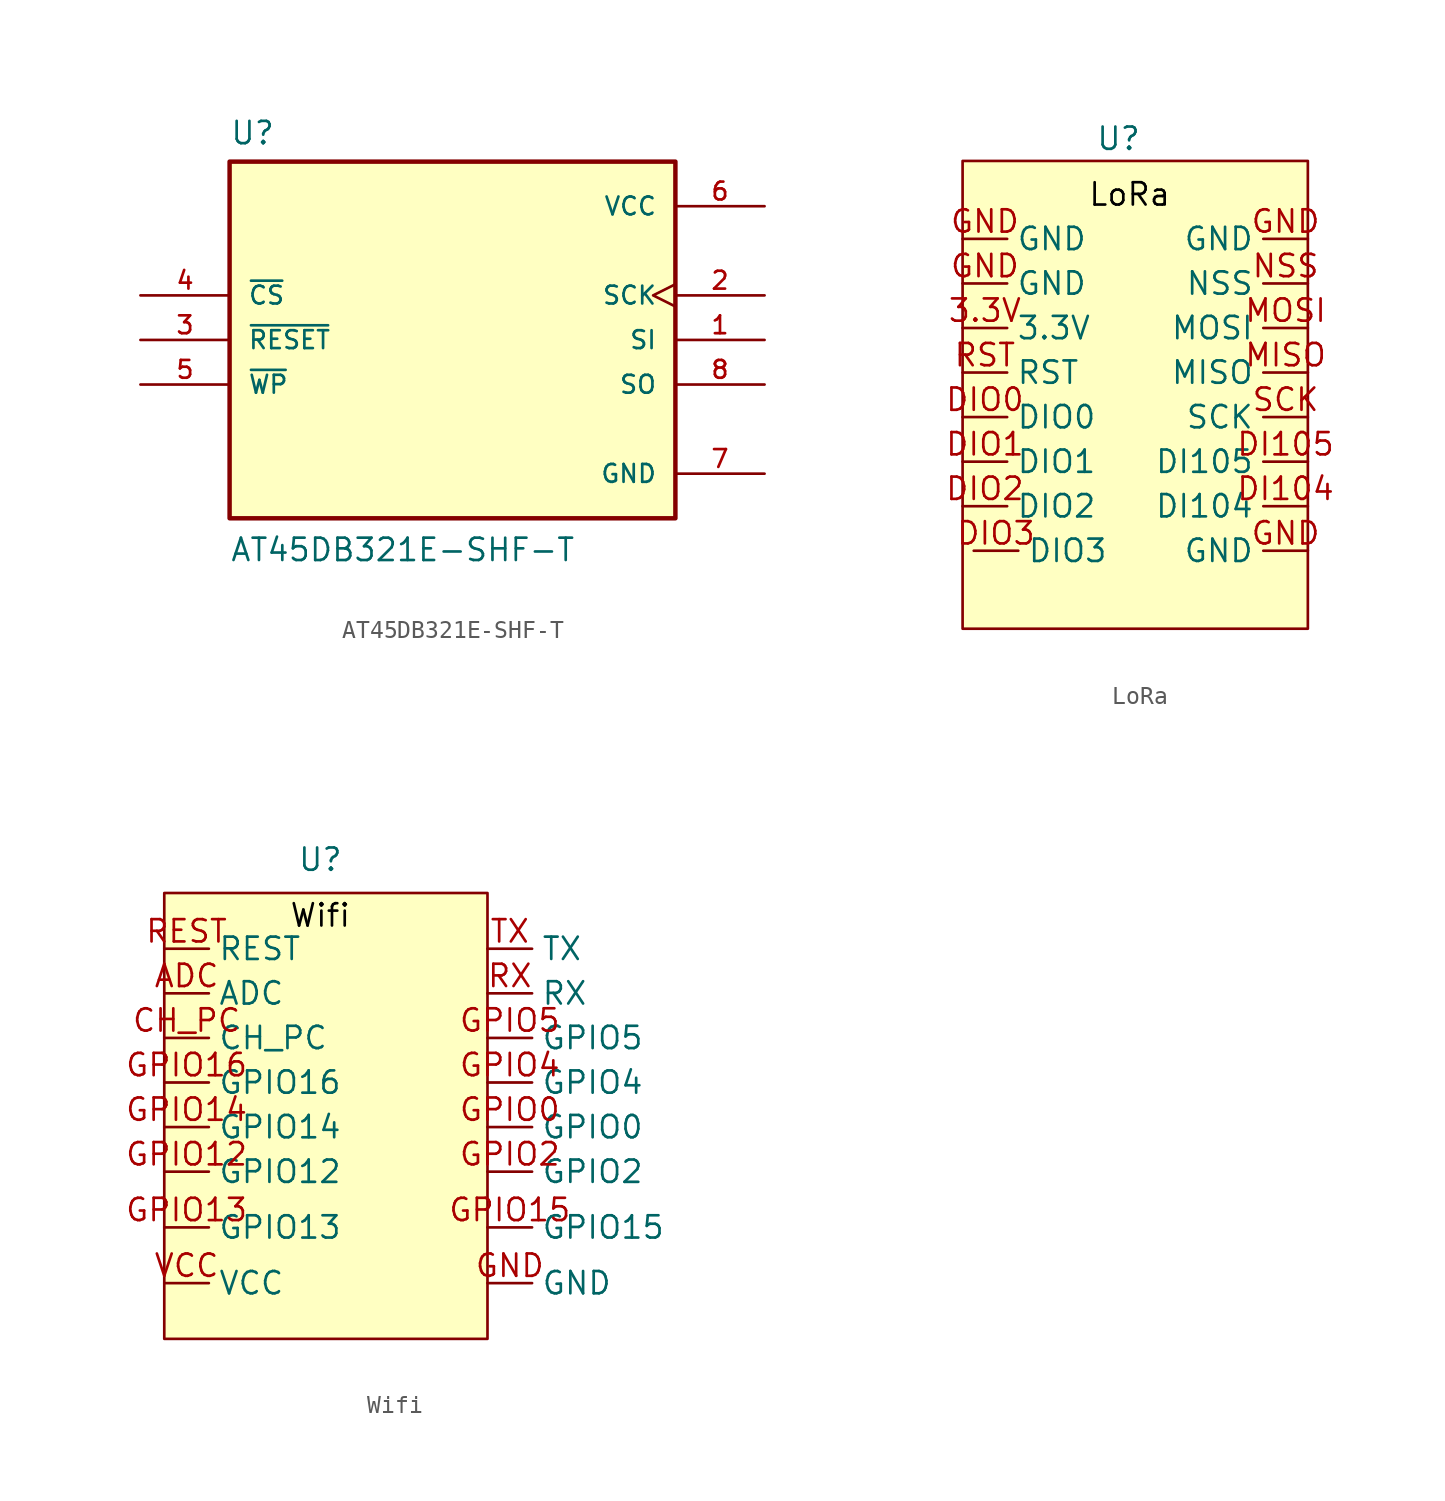
<source format=kicad_sym>
(kicad_symbol_lib
  (version 20220914)
  (generator kicad_symbol_editor)
  (symbol "AT45DB321E-SHF-T"
    (pin_names
      (offset 1.016))
    (property "Reference" "U"
      (at -12.7 11.049 0)
      (effects (font (size 1.27 1.27)) (justify left bottom)))
    (property "Value" "AT45DB321E-SHF-T"
      (at -12.7 -12.7 0)
      (effects (font (size 1.27 1.27)) (justify left bottom)))
    (symbol "AT45DB321E-SHF-T_0_0"
      (rectangle (start -12.7 -10.16) (end 12.7 10.16) (stroke (width 0.254) (type default)) (fill (type background)))
      (pin input line (at 17.78 0 180) (length 5.08) (name "SI" (effects (font (size 1.016 1.016)))) (number "1" (effects (font (size 1.016 1.016)))))
      (pin input clock (at 17.78 2.54 180) (length 5.08) (name "SCK" (effects (font (size 1.016 1.016)))) (number "2" (effects (font (size 1.016 1.016)))))
      (pin input line (at -17.78 0 0) (length 5.08) (name "~{RESET}" (effects (font (size 1.016 1.016)))) (number "3" (effects (font (size 1.016 1.016)))))
      (pin input line (at -17.78 2.54 0) (length 5.08) (name "~{CS}" (effects (font (size 1.016 1.016)))) (number "4" (effects (font (size 1.016 1.016)))))
      (pin input line (at -17.78 -2.54 0) (length 5.08) (name "~{WP}" (effects (font (size 1.016 1.016)))) (number "5" (effects (font (size 1.016 1.016)))))
      (pin power_in line (at 17.78 7.62 180) (length 5.08) (name "VCC" (effects (font (size 1.016 1.016)))) (number "6" (effects (font (size 1.016 1.016)))))
      (pin power_in line (at 17.78 -7.62 180) (length 5.08) (name "GND" (effects (font (size 1.016 1.016)))) (number "7" (effects (font (size 1.016 1.016)))))
      (pin output line (at 17.78 -2.54 180) (length 5.08) (name "SO" (effects (font (size 1.016 1.016)))) (number "8" (effects (font (size 1.016 1.016)))))))
  (symbol "LoRa"
    (property "Reference" "U"
      (at 0 0 0)
      (effects (font (size 1.27 1.27))))
    (property "Value" ""
      (at 6.35 -1.905 0)
      (effects (font (size 1.27 1.27))))
    (symbol "LoRa_1_1"
      (rectangle (start -8.89 -1.27) (end 10.795 -27.94) (stroke (width 0) (type default)) (fill (type background)))
      (text "LoRa" (at 0.635 -3.175 0) (effects (font (size 1.27 1.27) (color 0 0 0 1))))
      (pin passive line (at -8.89 -10.795 0) (length 2.54) (name "3.3V" (effects (font (size 1.27 1.27)))) (number "3.3V" (effects (font (size 1.27 1.27)))))
      (pin passive line (at 10.795 -20.955 180) (length 2.54) (name "DI104" (effects (font (size 1.27 1.27)))) (number "DI104" (effects (font (size 1.27 1.27)))))
      (pin passive line (at 10.795 -18.415 180) (length 2.54) (name "DI105" (effects (font (size 1.27 1.27)))) (number "DI105" (effects (font (size 1.27 1.27)))))
      (pin passive line (at -8.89 -15.875 0) (length 2.54) (name "DIO0" (effects (font (size 1.27 1.27)))) (number "DIO0" (effects (font (size 1.27 1.27)))))
      (pin passive line (at -8.89 -18.415 0) (length 2.54) (name "DIO1" (effects (font (size 1.27 1.27)))) (number "DIO1" (effects (font (size 1.27 1.27)))))
      (pin passive line (at -8.89 -20.955 0) (length 2.54) (name "DIO2" (effects (font (size 1.27 1.27)))) (number "DIO2" (effects (font (size 1.27 1.27)))))
      (pin passive line (at -8.255 -23.495 0) (length 2.54) (name "DIO3" (effects (font (size 1.27 1.27)))) (number "DIO3" (effects (font (size 1.27 1.27)))))
      (pin passive line (at -8.89 -8.255 0) (length 2.54) (name "GND" (effects (font (size 1.27 1.27)))) (number "GND" (effects (font (size 1.27 1.27)))))
      (pin passive line (at -8.89 -5.715 0) (length 2.54) (name "GND" (effects (font (size 1.27 1.27)))) (number "GND" (effects (font (size 1.27 1.27)))))
      (pin passive line (at 10.795 -23.495 180) (length 2.54) (name "GND" (effects (font (size 1.27 1.27)))) (number "GND" (effects (font (size 1.27 1.27)))))
      (pin passive line (at 10.795 -5.715 180) (length 2.54) (name "GND" (effects (font (size 1.27 1.27)))) (number "GND" (effects (font (size 1.27 1.27)))))
      (pin passive line (at 10.795 -13.335 180) (length 2.54) (name "MISO" (effects (font (size 1.27 1.27)))) (number "MISO" (effects (font (size 1.27 1.27)))))
      (pin passive line (at 10.795 -10.795 180) (length 2.54) (name "MOSI" (effects (font (size 1.27 1.27)))) (number "MOSI" (effects (font (size 1.27 1.27)))))
      (pin passive line (at 10.795 -8.255 180) (length 2.54) (name "NSS" (effects (font (size 1.27 1.27)))) (number "NSS" (effects (font (size 1.27 1.27)))))
      (pin passive line (at -8.89 -13.335 0) (length 2.54) (name "RST" (effects (font (size 1.27 1.27)))) (number "RST" (effects (font (size 1.27 1.27)))))
      (pin passive line (at 10.795 -15.875 180) (length 2.54) (name "SCK" (effects (font (size 1.27 1.27)))) (number "SCK" (effects (font (size 1.27 1.27)))))))
  (symbol "Wifi"
    (property "Reference" "U"
      (at 0 0 0)
      (effects (font (size 1.27 1.27))))
    (property "Value" ""
      (at 1.905 0 0)
      (effects (font (size 1.27 1.27))))
    (symbol "Wifi_1_1"
      (rectangle (start -8.89 -1.905) (end 9.525 -27.305) (stroke (width 0) (type default)) (fill (type background)))
      (text "Wifi" (at 0 -3.175 0) (effects (font (size 1.27 1.27) (color 0 0 0 1))))
      (pin passive line (at -8.89 -7.62 0) (length 2.54) (name "ADC" (effects (font (size 1.27 1.27)))) (number "ADC" (effects (font (size 1.27 1.27)))))
      (pin passive line (at -8.89 -10.16 0) (length 2.54) (name "CH_PC" (effects (font (size 1.27 1.27)))) (number "CH_PC" (effects (font (size 1.27 1.27)))))
      (pin passive line (at 9.525 -24.13 0) (length 2.54) (name "GND" (effects (font (size 1.27 1.27)))) (number "GND" (effects (font (size 1.27 1.27)))))
      (pin passive line (at 9.525 -15.24 0) (length 2.54) (name "GPIO0" (effects (font (size 1.27 1.27)))) (number "GPIO0" (effects (font (size 1.27 1.27)))))
      (pin passive line (at -8.89 -17.78 0) (length 2.54) (name "GPIO12" (effects (font (size 1.27 1.27)))) (number "GPIO12" (effects (font (size 1.27 1.27)))))
      (pin passive line (at -8.89 -20.955 0) (length 2.54) (name "GPIO13" (effects (font (size 1.27 1.27)))) (number "GPIO13" (effects (font (size 1.27 1.27)))))
      (pin passive line (at -8.89 -15.24 0) (length 2.54) (name "GPIO14" (effects (font (size 1.27 1.27)))) (number "GPIO14" (effects (font (size 1.27 1.27)))))
      (pin passive line (at 9.525 -20.955 0) (length 2.54) (name "GPIO15" (effects (font (size 1.27 1.27)))) (number "GPIO15" (effects (font (size 1.27 1.27)))))
      (pin passive line (at -8.89 -12.7 0) (length 2.54) (name "GPIO16" (effects (font (size 1.27 1.27)))) (number "GPIO16" (effects (font (size 1.27 1.27)))))
      (pin passive line (at 9.525 -17.78 0) (length 2.54) (name "GPIO2" (effects (font (size 1.27 1.27)))) (number "GPIO2" (effects (font (size 1.27 1.27)))))
      (pin passive line (at 9.525 -12.7 0) (length 2.54) (name "GPIO4" (effects (font (size 1.27 1.27)))) (number "GPIO4" (effects (font (size 1.27 1.27)))))
      (pin passive line (at 9.525 -10.16 0) (length 2.54) (name "GPIO5" (effects (font (size 1.27 1.27)))) (number "GPIO5" (effects (font (size 1.27 1.27)))))
      (pin passive line (at -8.89 -5.08 0) (length 2.54) (name "REST" (effects (font (size 1.27 1.27)))) (number "REST" (effects (font (size 1.27 1.27)))))
      (pin passive line (at 9.525 -7.62 0) (length 2.54) (name "RX" (effects (font (size 1.27 1.27)))) (number "RX" (effects (font (size 1.27 1.27)))))
      (pin passive line (at 9.525 -5.08 0) (length 2.54) (name "TX" (effects (font (size 1.27 1.27)))) (number "TX" (effects (font (size 1.27 1.27)))))
      (pin passive line (at -8.89 -24.13 0) (length 2.54) (name "VCC" (effects (font (size 1.27 1.27)))) (number "VCC" (effects (font (size 1.27 1.27))))))))
</source>
